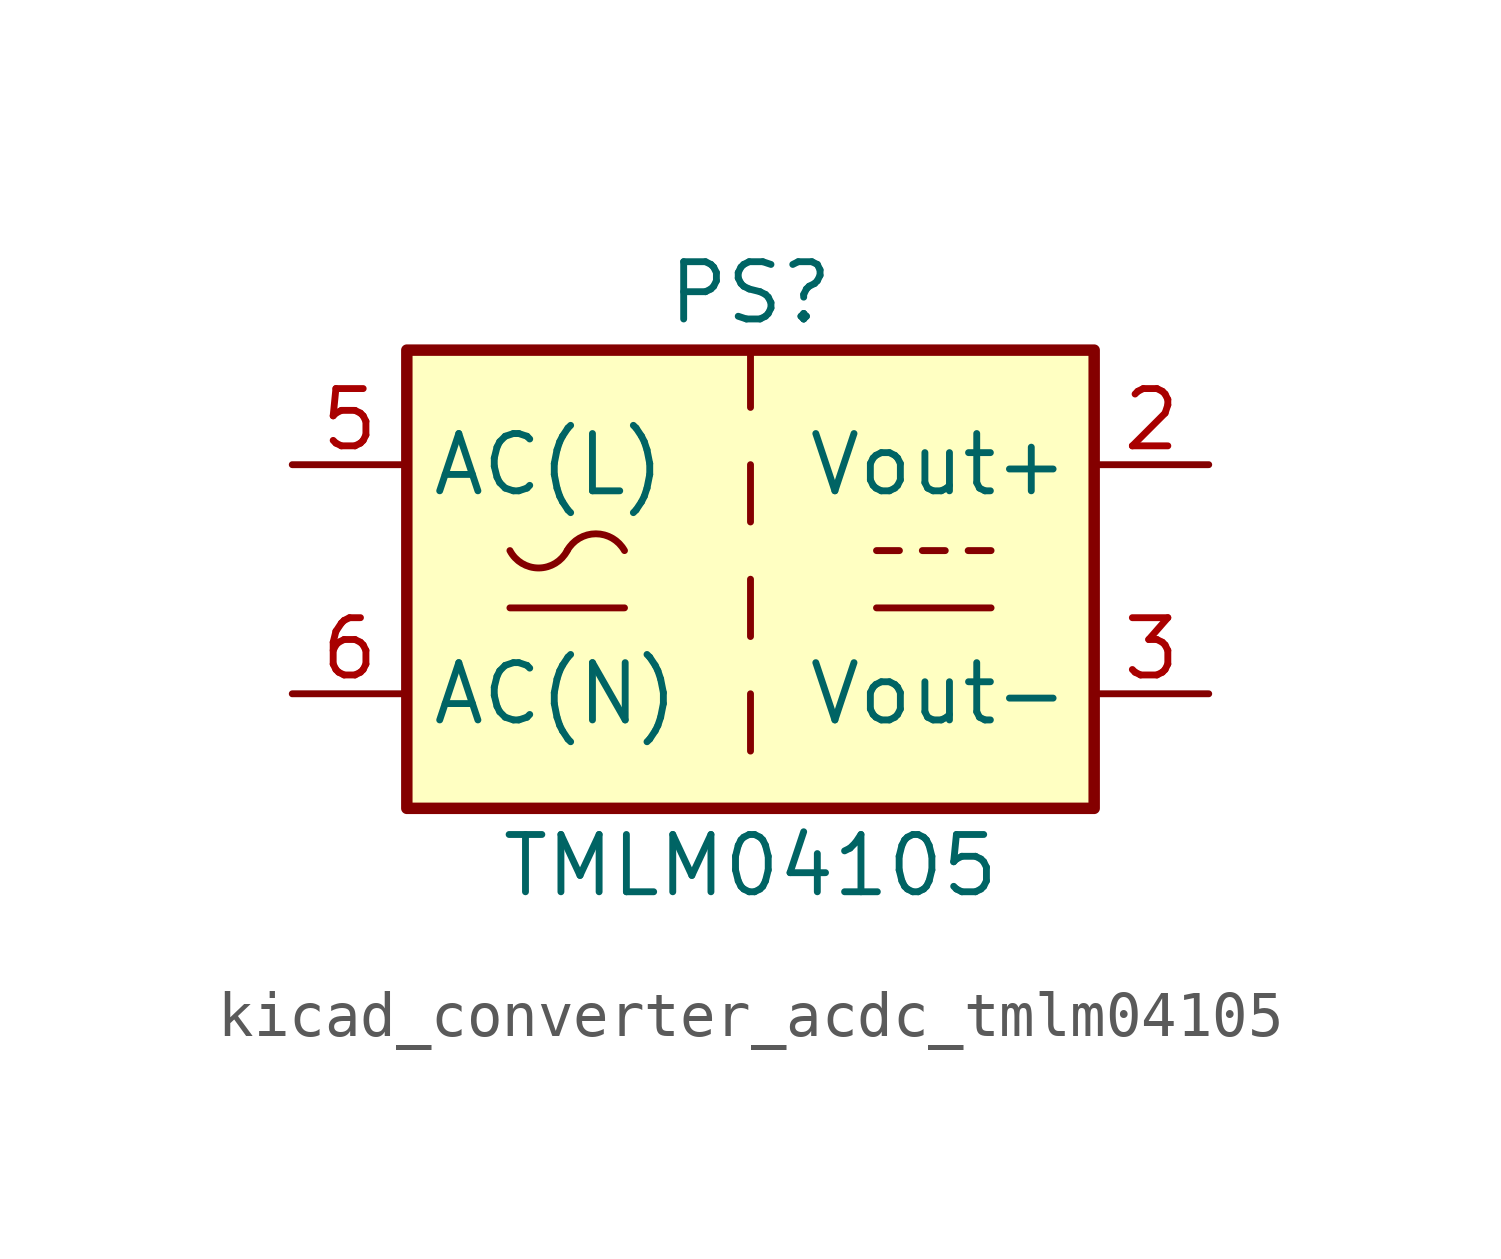
<source format=kicad_sym>
(kicad_symbol_lib
  (version 20220914)
  (generator kicad_symbol_editor)
  (symbol "kicad_converter_acdc_tmlm04105"
    (property "Reference" "PS"
      (at 0 6.35 0)
      (effects (font (size 1.27 1.27))))
    (property "Value" "TMLM04105"
      (at 0 -6.35 0)
      (effects (font (size 1.27 1.27))))
    (symbol "kicad_converter_acdc_tmlm04105_0_1"
      (rectangle (start -7.62 5.08) (end 7.62 -5.08) (stroke (width 0.254) (type default)) (fill (type background)))
      (arc (start -5.334 0.635) (mid -4.699 0.2495) (end -4.064 0.635) (stroke (width 0) (type default)) (fill (type none)))
      (arc (start -2.794 0.635) (mid -3.429 1.0072) (end -4.064 0.635) (stroke (width 0) (type default)) (fill (type none)))
      (polyline (pts (xy -5.334 -0.635) (xy -2.794 -0.635)) (stroke (width 0) (type default)) (fill (type none)))
      (polyline (pts (xy 0 -2.54) (xy 0 -3.81)) (stroke (width 0) (type default)) (fill (type none)))
      (polyline (pts (xy 0 0) (xy 0 -1.27)) (stroke (width 0) (type default)) (fill (type none)))
      (polyline (pts (xy 0 2.54) (xy 0 1.27)) (stroke (width 0) (type default)) (fill (type none)))
      (polyline (pts (xy 0 5.08) (xy 0 3.81)) (stroke (width 0) (type default)) (fill (type none)))
      (polyline (pts (xy 2.794 -0.635) (xy 5.334 -0.635)) (stroke (width 0) (type default)) (fill (type none)))
      (polyline (pts (xy 2.794 0.635) (xy 3.302 0.635)) (stroke (width 0) (type default)) (fill (type none)))
      (polyline (pts (xy 3.81 0.635) (xy 4.318 0.635)) (stroke (width 0) (type default)) (fill (type none)))
      (polyline (pts (xy 4.826 0.635) (xy 5.334 0.635)) (stroke (width 0) (type default)) (fill (type none))))
    (symbol "kicad_converter_acdc_tmlm04105_1_1"
      (pin power_out line (at 10.16 2.54 180) (length 2.54) (name "Vout+" (effects (font (size 1.27 1.27)))) (number "2" (effects (font (size 1.27 1.27)))))
      (pin power_out line (at 10.16 -2.54 180) (length 2.54) (name "Vout-" (effects (font (size 1.27 1.27)))) (number "3" (effects (font (size 1.27 1.27)))))
      (pin power_in line (at -10.16 2.54 0) (length 2.54) (name "AC(L)" (effects (font (size 1.27 1.27)))) (number "5" (effects (font (size 1.27 1.27)))))
      (pin power_in line (at -10.16 -2.54 0) (length 2.54) (name "AC(N)" (effects (font (size 1.27 1.27)))) (number "6" (effects (font (size 1.27 1.27))))))))
</source>
